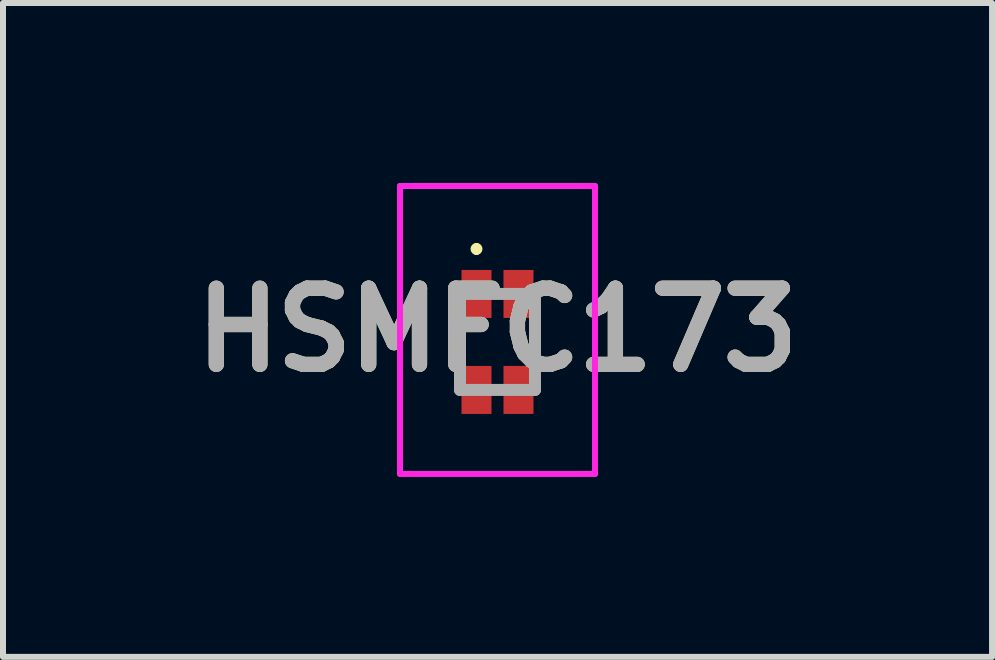
<source format=kicad_pcb>
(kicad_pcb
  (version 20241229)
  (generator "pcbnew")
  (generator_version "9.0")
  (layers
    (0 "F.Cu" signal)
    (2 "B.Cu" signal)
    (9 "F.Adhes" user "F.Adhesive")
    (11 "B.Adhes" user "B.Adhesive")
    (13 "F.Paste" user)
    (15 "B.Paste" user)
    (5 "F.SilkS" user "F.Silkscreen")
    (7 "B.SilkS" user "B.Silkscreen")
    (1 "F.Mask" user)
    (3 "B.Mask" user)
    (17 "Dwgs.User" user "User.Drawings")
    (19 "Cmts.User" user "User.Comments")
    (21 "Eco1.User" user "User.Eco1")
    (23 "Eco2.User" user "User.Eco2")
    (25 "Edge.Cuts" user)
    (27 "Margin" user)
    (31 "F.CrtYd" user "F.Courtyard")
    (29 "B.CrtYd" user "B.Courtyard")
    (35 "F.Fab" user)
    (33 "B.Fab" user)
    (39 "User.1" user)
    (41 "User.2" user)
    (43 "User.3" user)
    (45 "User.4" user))
  (footprint "HSMFC173"
    (layer "F.Cu")
    (at 5.243 2.65)
    (property "Reference" "HSMFC173" (at 0 -0.2 0) (layer "F.SilkS") (effects (font (size 1.27 1.27) (thickness 0.254))))
    (attr smd)
    (fp_line (start -0.625 -0.2) (end -0.625 0.3) (stroke (width 0.1) (type solid)) (layer "F.SilkS"))
    (fp_line (start -0.35 -1.6) (end -0.35 -1.6) (stroke (width 0.1) (type solid)) (layer "F.SilkS"))
    (fp_line (start -0.35 -1.5) (end -0.35 -1.5) (stroke (width 0.1) (type solid)) (layer "F.SilkS"))
    (fp_line (start 0.625 -0.2) (end 0.625 0.1) (stroke (width 0.1) (type solid)) (layer "F.SilkS"))
    (fp_arc (start -0.35 -1.6) (mid -0.3 -1.55) (end -0.35 -1.5) (stroke (width 0.1) (type solid)) (layer "F.SilkS"))
    (fp_arc (start -0.35 -1.5) (mid -0.4 -1.55) (end -0.35 -1.6) (stroke (width 0.1) (type solid)) (layer "F.SilkS"))
    (fp_line (start -1.625 -2.6) (end 1.625 -2.6) (stroke (width 0.1) (type solid)) (layer "F.CrtYd"))
    (fp_line (start -1.625 2.2) (end -1.625 -2.6) (stroke (width 0.1) (type solid)) (layer "F.CrtYd"))
    (fp_line (start 1.625 -2.6) (end 1.625 2.2) (stroke (width 0.1) (type solid)) (layer "F.CrtYd"))
    (fp_line (start 1.625 2.2) (end -1.625 2.2) (stroke (width 0.1) (type solid)) (layer "F.CrtYd"))
    (fp_line (start -0.625 -0.8) (end 0.625 -0.8) (stroke (width 0.2) (type solid)) (layer "F.Fab"))
    (fp_line (start -0.625 0.8) (end -0.625 -0.8) (stroke (width 0.2) (type solid)) (layer "F.Fab"))
    (fp_line (start 0.625 -0.8) (end 0.625 0.8) (stroke (width 0.2) (type solid)) (layer "F.Fab"))
    (fp_line (start 0.625 0.8) (end -0.625 0.8) (stroke (width 0.2) (type solid)) (layer "F.Fab"))
    (fp_text user "${REFERENCE}" (at 0 -0.2 0) (layer "F.Fab") (effects (font (size 1.27 1.27) (thickness 0.254))))
    (pad "1" smd rect (at -0.35 -0.8) (size 0.5 0.8) (layers "F.Cu" "F.Mask" "F.Paste"))
    (pad "2" smd rect (at 0.35 -0.8) (size 0.5 0.8) (layers "F.Cu" "F.Mask" "F.Paste"))
    (pad "3" smd rect (at 0.35 0.8) (size 0.5 0.8) (layers "F.Cu" "F.Mask" "F.Paste"))
    (pad "4" smd rect (at -0.35 0.8) (size 0.5 0.8) (layers "F.Cu" "F.Mask" "F.Paste")))
  (gr_rect
    (start -3 -3)
    (end 13.487 7.9)
    (stroke (width 0.1) (type default))
    (fill no)
    (layer "Edge.Cuts")))
</source>
